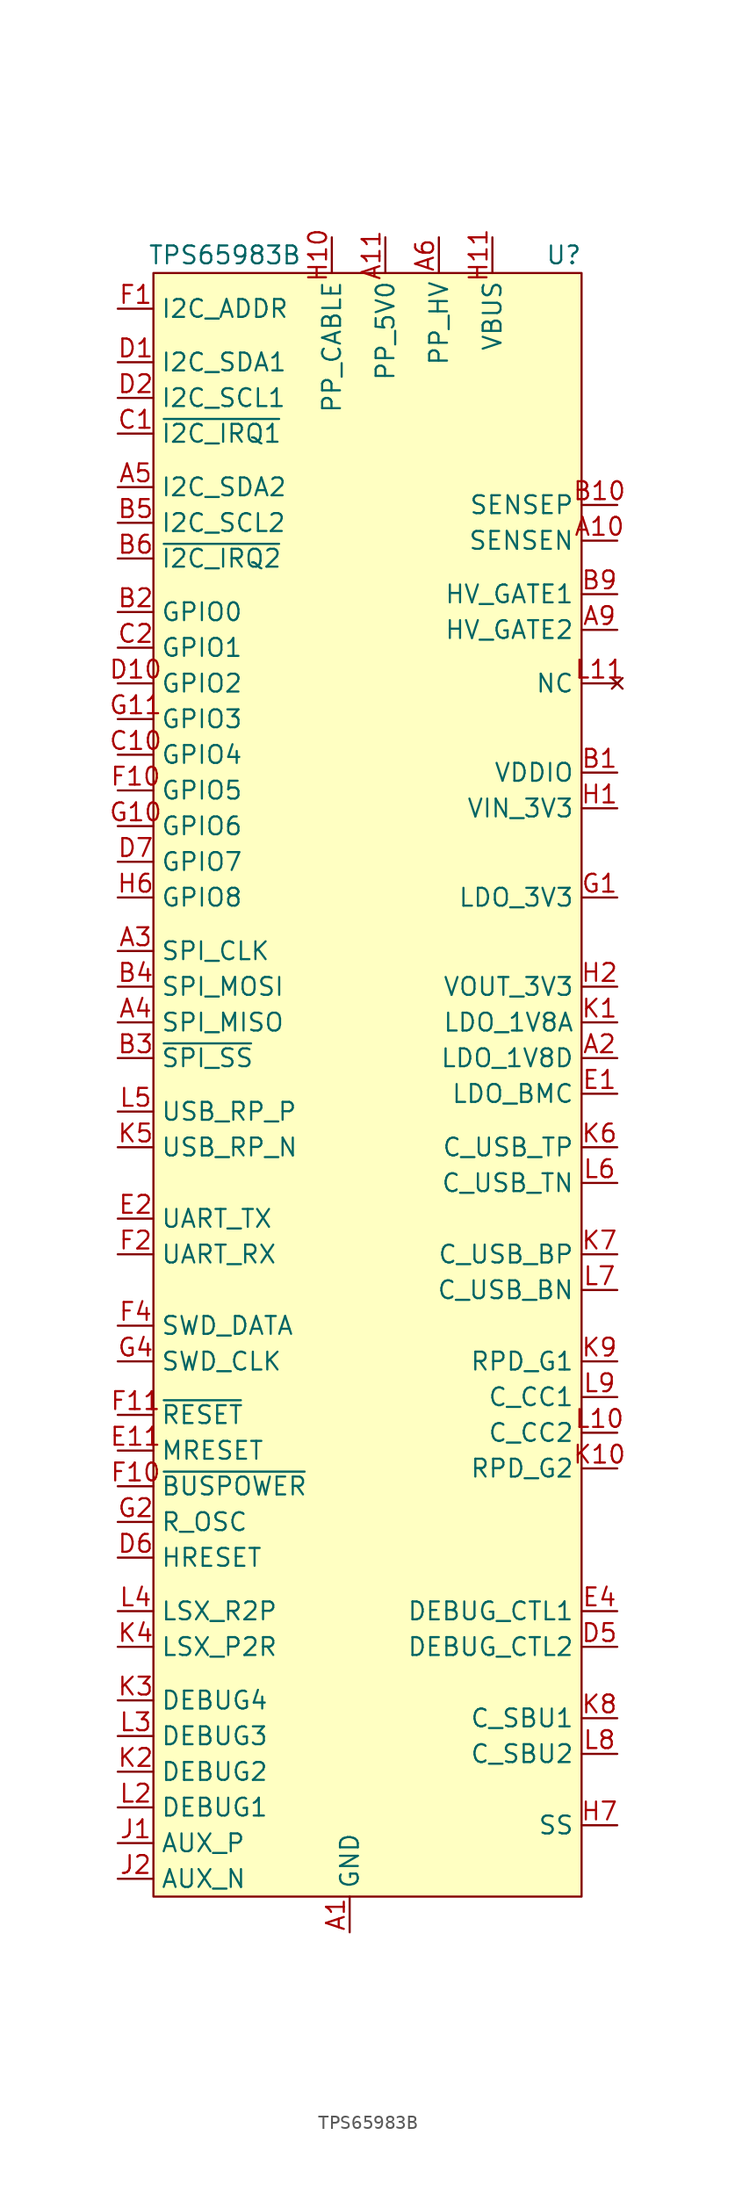
<source format=kicad_sym>
(kicad_symbol_lib
  (version 20220914)
  (generator kicad_symbol_editor)
  (symbol "TPS65983B"
    (property "Reference" "U"
      (at 15.24 53.34 0)
      (effects (font (size 1.27 1.27))))
    (property "Value" "TPS65983B"
      (at -8.89 53.34 0)
      (effects (font (size 1.27 1.27))))
    (symbol "TPS65983B_0_1"
      (rectangle (start -13.97 52.07) (end 16.51 -63.5) (stroke (width 0.152) (type default)) (fill (type background))))
    (symbol "TPS65983B_1_0"
      (pin input line (at 0 -66.04 90) (length 2.54) (name "GND" (effects (font (size 1.27 1.27)))) (number "A1" (effects (font (size 1.27 1.27)))))
      (pin input line (at 19.05 33.02 180) (length 2.54) (name "SENSEN" (effects (font (size 1.27 1.27)))) (number "A10" (effects (font (size 1.27 1.27)))))
      (pin input line (at 2.54 54.61 270) (length 2.54) (name "PP_5V0" (effects (font (size 1.27 1.27)))) (number "A11" (effects (font (size 1.27 1.27)))))
      (pin input line (at 19.05 -3.81 180) (length 2.54) (name "LDO_1V8D" (effects (font (size 1.27 1.27)))) (number "A2" (effects (font (size 1.27 1.27)))))
      (pin input line (at -16.51 3.81 0) (length 2.54) (name "SPI_CLK" (effects (font (size 1.27 1.27)))) (number "A3" (effects (font (size 1.27 1.27)))))
      (pin input line (at -16.51 -1.27 0) (length 2.54) (name "SPI_MISO" (effects (font (size 1.27 1.27)))) (number "A4" (effects (font (size 1.27 1.27)))))
      (pin input line (at -16.51 36.83 0) (length 2.54) (name "I2C_SDA2" (effects (font (size 1.27 1.27)))) (number "A5" (effects (font (size 1.27 1.27)))))
      (pin input line (at 6.35 54.61 270) (length 2.54) (name "PP_HV" (effects (font (size 1.27 1.27)))) (number "A6" (effects (font (size 1.27 1.27)))))
      (pin input line (at 6.35 54.61 270) (length 2.54) hide (name "PP_HV" (effects (font (size 1.27 1.27)))) (number "A7" (effects (font (size 1.27 1.27)))))
      (pin input line (at 6.35 54.61 270) (length 2.54) hide (name "PP_HV" (effects (font (size 1.27 1.27)))) (number "A8" (effects (font (size 1.27 1.27)))))
      (pin input line (at 19.05 26.67 180) (length 2.54) (name "HV_GATE2" (effects (font (size 1.27 1.27)))) (number "A9" (effects (font (size 1.27 1.27)))))
      (pin input line (at 19.05 16.51 180) (length 2.54) (name "VDDIO" (effects (font (size 1.27 1.27)))) (number "B1" (effects (font (size 1.27 1.27)))))
      (pin input line (at 19.05 35.56 180) (length 2.54) (name "SENSEP" (effects (font (size 1.27 1.27)))) (number "B10" (effects (font (size 1.27 1.27)))))
      (pin input line (at 2.54 54.61 270) (length 2.54) hide (name "PP_5V0" (effects (font (size 1.27 1.27)))) (number "B11" (effects (font (size 1.27 1.27)))))
      (pin input line (at -16.51 27.94 0) (length 2.54) (name "GPIO0" (effects (font (size 1.27 1.27)))) (number "B2" (effects (font (size 1.27 1.27)))))
      (pin input line (at -16.51 -3.81 0) (length 2.54) (name "~{SPI_SS}" (effects (font (size 1.27 1.27)))) (number "B3" (effects (font (size 1.27 1.27)))))
      (pin input line (at -16.51 1.27 0) (length 2.54) (name "SPI_MOSI" (effects (font (size 1.27 1.27)))) (number "B4" (effects (font (size 1.27 1.27)))))
      (pin input line (at -16.51 34.29 0) (length 2.54) (name "I2C_SCL2" (effects (font (size 1.27 1.27)))) (number "B5" (effects (font (size 1.27 1.27)))))
      (pin input line (at -16.51 31.75 0) (length 2.54) (name "~{I2C_IRQ2}" (effects (font (size 1.27 1.27)))) (number "B6" (effects (font (size 1.27 1.27)))))
      (pin input line (at 6.35 54.61 270) (length 2.54) hide (name "PP_HV" (effects (font (size 1.27 1.27)))) (number "B7" (effects (font (size 1.27 1.27)))))
      (pin input line (at 0 -66.04 90) (length 2.54) hide (name "GND" (effects (font (size 1.27 1.27)))) (number "B8" (effects (font (size 1.27 1.27)))))
      (pin input line (at 19.05 29.21 180) (length 2.54) (name "HV_GATE1" (effects (font (size 1.27 1.27)))) (number "B9" (effects (font (size 1.27 1.27)))))
      (pin input line (at -16.51 40.64 0) (length 2.54) (name "~{I2C_IRQ1}" (effects (font (size 1.27 1.27)))) (number "C1" (effects (font (size 1.27 1.27)))))
      (pin input line (at -16.51 17.78 0) (length 2.54) (name "GPIO4" (effects (font (size 1.27 1.27)))) (number "C10" (effects (font (size 1.27 1.27)))))
      (pin input line (at 2.54 54.61 270) (length 2.54) hide (name "PP_5V0" (effects (font (size 1.27 1.27)))) (number "C11" (effects (font (size 1.27 1.27)))))
      (pin input line (at -16.51 25.4 0) (length 2.54) (name "GPIO1" (effects (font (size 1.27 1.27)))) (number "C2" (effects (font (size 1.27 1.27)))))
      (pin input line (at -16.51 45.72 0) (length 2.54) (name "I2C_SDA1" (effects (font (size 1.27 1.27)))) (number "D1" (effects (font (size 1.27 1.27)))))
      (pin input line (at -16.51 22.86 0) (length 2.54) (name "GPIO2" (effects (font (size 1.27 1.27)))) (number "D10" (effects (font (size 1.27 1.27)))))
      (pin input line (at 2.54 54.61 270) (length 2.54) hide (name "PP_5V0" (effects (font (size 1.27 1.27)))) (number "D11" (effects (font (size 1.27 1.27)))))
      (pin input line (at -16.51 43.18 0) (length 2.54) (name "I2C_SCL1" (effects (font (size 1.27 1.27)))) (number "D2" (effects (font (size 1.27 1.27)))))
      (pin input line (at 19.05 -45.72 180) (length 2.54) (name "DEBUG_CTL2" (effects (font (size 1.27 1.27)))) (number "D5" (effects (font (size 1.27 1.27)))))
      (pin input line (at -16.51 -39.37 0) (length 2.54) (name "HRESET" (effects (font (size 1.27 1.27)))) (number "D6" (effects (font (size 1.27 1.27)))))
      (pin input line (at -16.51 10.16 0) (length 2.54) (name "GPIO7" (effects (font (size 1.27 1.27)))) (number "D7" (effects (font (size 1.27 1.27)))))
      (pin input line (at 0 -66.04 90) (length 2.54) hide (name "GND" (effects (font (size 1.27 1.27)))) (number "D8" (effects (font (size 1.27 1.27)))))
      (pin input line (at 19.05 -6.35 180) (length 2.54) (name "LDO_BMC" (effects (font (size 1.27 1.27)))) (number "E1" (effects (font (size 1.27 1.27)))))
      (pin input line (at -16.51 -31.75 0) (length 2.54) (name "MRESET" (effects (font (size 1.27 1.27)))) (number "E11" (effects (font (size 1.27 1.27)))))
      (pin input line (at -16.51 -15.24 0) (length 2.54) (name "UART_TX" (effects (font (size 1.27 1.27)))) (number "E2" (effects (font (size 1.27 1.27)))))
      (pin input line (at 19.05 -43.18 180) (length 2.54) (name "DEBUG_CTL1" (effects (font (size 1.27 1.27)))) (number "E4" (effects (font (size 1.27 1.27)))))
      (pin input line (at 0 -66.04 90) (length 2.54) hide (name "GND" (effects (font (size 1.27 1.27)))) (number "E5" (effects (font (size 1.27 1.27)))))
      (pin input line (at 0 -66.04 90) (length 2.54) hide (name "GND" (effects (font (size 1.27 1.27)))) (number "E6" (effects (font (size 1.27 1.27)))))
      (pin input line (at 0 -66.04 90) (length 2.54) hide (name "GND" (effects (font (size 1.27 1.27)))) (number "E7" (effects (font (size 1.27 1.27)))))
      (pin input line (at 0 -66.04 90) (length 2.54) hide (name "GND" (effects (font (size 1.27 1.27)))) (number "E8" (effects (font (size 1.27 1.27)))))
      (pin input line (at -16.51 49.53 0) (length 2.54) (name "I2C_ADDR" (effects (font (size 1.27 1.27)))) (number "F1" (effects (font (size 1.27 1.27)))))
      (pin input line (at -16.51 15.24 0) (length 2.54) (name "GPIO5" (effects (font (size 1.27 1.27)))) (number "F10" (effects (font (size 1.27 1.27)))))
      (pin input line (at -16.51 -34.29 0) (length 2.54) (name "~{BUSPOWER}" (effects (font (size 1.27 1.27)))) (number "F10" (effects (font (size 1.27 1.27)))))
      (pin input line (at -16.51 -29.21 0) (length 2.54) (name "~{RESET}" (effects (font (size 1.27 1.27)))) (number "F11" (effects (font (size 1.27 1.27)))))
      (pin input line (at -16.51 -17.78 0) (length 2.54) (name "UART_RX" (effects (font (size 1.27 1.27)))) (number "F2" (effects (font (size 1.27 1.27)))))
      (pin input line (at -16.51 -22.86 0) (length 2.54) (name "SWD_DATA" (effects (font (size 1.27 1.27)))) (number "F4" (effects (font (size 1.27 1.27)))))
      (pin input line (at 0 -66.04 90) (length 2.54) hide (name "GND" (effects (font (size 1.27 1.27)))) (number "F5" (effects (font (size 1.27 1.27)))))
      (pin input line (at 0 -66.04 90) (length 2.54) hide (name "GND" (effects (font (size 1.27 1.27)))) (number "F6" (effects (font (size 1.27 1.27)))))
      (pin input line (at 0 -66.04 90) (length 2.54) hide (name "GND" (effects (font (size 1.27 1.27)))) (number "F7" (effects (font (size 1.27 1.27)))))
      (pin input line (at 0 -66.04 90) (length 2.54) hide (name "GND" (effects (font (size 1.27 1.27)))) (number "F8" (effects (font (size 1.27 1.27)))))
      (pin input line (at 19.05 7.62 180) (length 2.54) (name "LDO_3V3" (effects (font (size 1.27 1.27)))) (number "G1" (effects (font (size 1.27 1.27)))))
      (pin input line (at -16.51 12.7 0) (length 2.54) (name "GPIO6" (effects (font (size 1.27 1.27)))) (number "G10" (effects (font (size 1.27 1.27)))))
      (pin input line (at -16.51 20.32 0) (length 2.54) (name "GPIO3" (effects (font (size 1.27 1.27)))) (number "G11" (effects (font (size 1.27 1.27)))))
      (pin input line (at -16.51 -36.83 0) (length 2.54) (name "R_OSC" (effects (font (size 1.27 1.27)))) (number "G2" (effects (font (size 1.27 1.27)))))
      (pin input line (at -16.51 -25.4 0) (length 2.54) (name "SWD_CLK" (effects (font (size 1.27 1.27)))) (number "G4" (effects (font (size 1.27 1.27)))))
      (pin input line (at 0 -66.04 90) (length 2.54) hide (name "GND" (effects (font (size 1.27 1.27)))) (number "G5" (effects (font (size 1.27 1.27)))))
      (pin input line (at 0 -66.04 90) (length 2.54) hide (name "GND" (effects (font (size 1.27 1.27)))) (number "G6" (effects (font (size 1.27 1.27)))))
      (pin input line (at 0 -66.04 90) (length 2.54) hide (name "GND" (effects (font (size 1.27 1.27)))) (number "G7" (effects (font (size 1.27 1.27)))))
      (pin input line (at 0 -66.04 90) (length 2.54) hide (name "GND" (effects (font (size 1.27 1.27)))) (number "G8" (effects (font (size 1.27 1.27)))))
      (pin input line (at 19.05 13.97 180) (length 2.54) (name "VIN_3V3" (effects (font (size 1.27 1.27)))) (number "H1" (effects (font (size 1.27 1.27)))))
      (pin input line (at -1.27 54.61 270) (length 2.54) (name "PP_CABLE" (effects (font (size 1.27 1.27)))) (number "H10" (effects (font (size 1.27 1.27)))))
      (pin input line (at 10.16 54.61 270) (length 2.54) (name "VBUS" (effects (font (size 1.27 1.27)))) (number "H11" (effects (font (size 1.27 1.27)))))
      (pin input line (at 19.05 1.27 180) (length 2.54) (name "VOUT_3V3" (effects (font (size 1.27 1.27)))) (number "H2" (effects (font (size 1.27 1.27)))))
      (pin input line (at 0 -66.04 90) (length 2.54) hide (name "GND" (effects (font (size 1.27 1.27)))) (number "H4" (effects (font (size 1.27 1.27)))))
      (pin input line (at 0 -66.04 90) (length 2.54) hide (name "GND" (effects (font (size 1.27 1.27)))) (number "H5" (effects (font (size 1.27 1.27)))))
      (pin input line (at -16.51 7.62 0) (length 2.54) (name "GPIO8" (effects (font (size 1.27 1.27)))) (number "H6" (effects (font (size 1.27 1.27)))))
      (pin input line (at 19.05 -58.42 180) (length 2.54) (name "SS" (effects (font (size 1.27 1.27)))) (number "H7" (effects (font (size 1.27 1.27)))))
      (pin input line (at 0 -66.04 90) (length 2.54) hide (name "GND" (effects (font (size 1.27 1.27)))) (number "H8" (effects (font (size 1.27 1.27)))))
      (pin input line (at -16.51 -59.69 0) (length 2.54) (name "AUX_P" (effects (font (size 1.27 1.27)))) (number "J1" (effects (font (size 1.27 1.27)))))
      (pin input line (at 10.16 54.61 270) (length 2.54) hide (name "VBUS" (effects (font (size 1.27 1.27)))) (number "J10" (effects (font (size 1.27 1.27)))))
      (pin input line (at 10.16 54.61 270) (length 2.54) hide (name "VBUS" (effects (font (size 1.27 1.27)))) (number "J11" (effects (font (size 1.27 1.27)))))
      (pin input line (at -16.51 -62.23 0) (length 2.54) (name "AUX_N" (effects (font (size 1.27 1.27)))) (number "J2" (effects (font (size 1.27 1.27)))))
      (pin input line (at 19.05 -1.27 180) (length 2.54) (name "LDO_1V8A" (effects (font (size 1.27 1.27)))) (number "K1" (effects (font (size 1.27 1.27)))))
      (pin input line (at 19.05 -33.02 180) (length 2.54) (name "RPD_G2" (effects (font (size 1.27 1.27)))) (number "K10" (effects (font (size 1.27 1.27)))))
      (pin input line (at 10.16 54.61 270) (length 2.54) hide (name "VBUS" (effects (font (size 1.27 1.27)))) (number "K11" (effects (font (size 1.27 1.27)))))
      (pin input line (at -16.51 -54.61 0) (length 2.54) (name "DEBUG2" (effects (font (size 1.27 1.27)))) (number "K2" (effects (font (size 1.27 1.27)))))
      (pin input line (at -16.51 -49.53 0) (length 2.54) (name "DEBUG4" (effects (font (size 1.27 1.27)))) (number "K3" (effects (font (size 1.27 1.27)))))
      (pin input line (at -16.51 -45.72 0) (length 2.54) (name "LSX_P2R" (effects (font (size 1.27 1.27)))) (number "K4" (effects (font (size 1.27 1.27)))))
      (pin input line (at -16.51 -10.16 0) (length 2.54) (name "USB_RP_N" (effects (font (size 1.27 1.27)))) (number "K5" (effects (font (size 1.27 1.27)))))
      (pin input line (at 19.05 -10.16 180) (length 2.54) (name "C_USB_TP" (effects (font (size 1.27 1.27)))) (number "K6" (effects (font (size 1.27 1.27)))))
      (pin input line (at 19.05 -17.78 180) (length 2.54) (name "C_USB_BP" (effects (font (size 1.27 1.27)))) (number "K7" (effects (font (size 1.27 1.27)))))
      (pin input line (at 19.05 -50.8 180) (length 2.54) (name "C_SBU1" (effects (font (size 1.27 1.27)))) (number "K8" (effects (font (size 1.27 1.27)))))
      (pin input line (at 19.05 -25.4 180) (length 2.54) (name "RPD_G1" (effects (font (size 1.27 1.27)))) (number "K9" (effects (font (size 1.27 1.27)))))
      (pin input line (at 0 -66.04 90) (length 2.54) hide (name "GND" (effects (font (size 1.27 1.27)))) (number "L1" (effects (font (size 1.27 1.27)))))
      (pin input line (at 19.05 -30.48 180) (length 2.54) (name "C_CC2" (effects (font (size 1.27 1.27)))) (number "L10" (effects (font (size 1.27 1.27)))))
      (pin no_connect line (at 19.05 22.86 180) (length 2.54) (name "NC" (effects (font (size 1.27 1.27)))) (number "L11" (effects (font (size 1.27 1.27)))))
      (pin input line (at -16.51 -57.15 0) (length 2.54) (name "DEBUG1" (effects (font (size 1.27 1.27)))) (number "L2" (effects (font (size 1.27 1.27)))))
      (pin input line (at -16.51 -52.07 0) (length 2.54) (name "DEBUG3" (effects (font (size 1.27 1.27)))) (number "L3" (effects (font (size 1.27 1.27)))))
      (pin input line (at -16.51 -43.18 0) (length 2.54) (name "LSX_R2P" (effects (font (size 1.27 1.27)))) (number "L4" (effects (font (size 1.27 1.27)))))
      (pin input line (at -16.51 -7.62 0) (length 2.54) (name "USB_RP_P" (effects (font (size 1.27 1.27)))) (number "L5" (effects (font (size 1.27 1.27)))))
      (pin input line (at 19.05 -12.7 180) (length 2.54) (name "C_USB_TN" (effects (font (size 1.27 1.27)))) (number "L6" (effects (font (size 1.27 1.27)))))
      (pin input line (at 19.05 -20.32 180) (length 2.54) (name "C_USB_BN" (effects (font (size 1.27 1.27)))) (number "L7" (effects (font (size 1.27 1.27)))))
      (pin input line (at 19.05 -53.34 180) (length 2.54) (name "C_SBU2" (effects (font (size 1.27 1.27)))) (number "L8" (effects (font (size 1.27 1.27)))))
      (pin input line (at 19.05 -27.94 180) (length 2.54) (name "C_CC1" (effects (font (size 1.27 1.27)))) (number "L9" (effects (font (size 1.27 1.27))))))))
</source>
